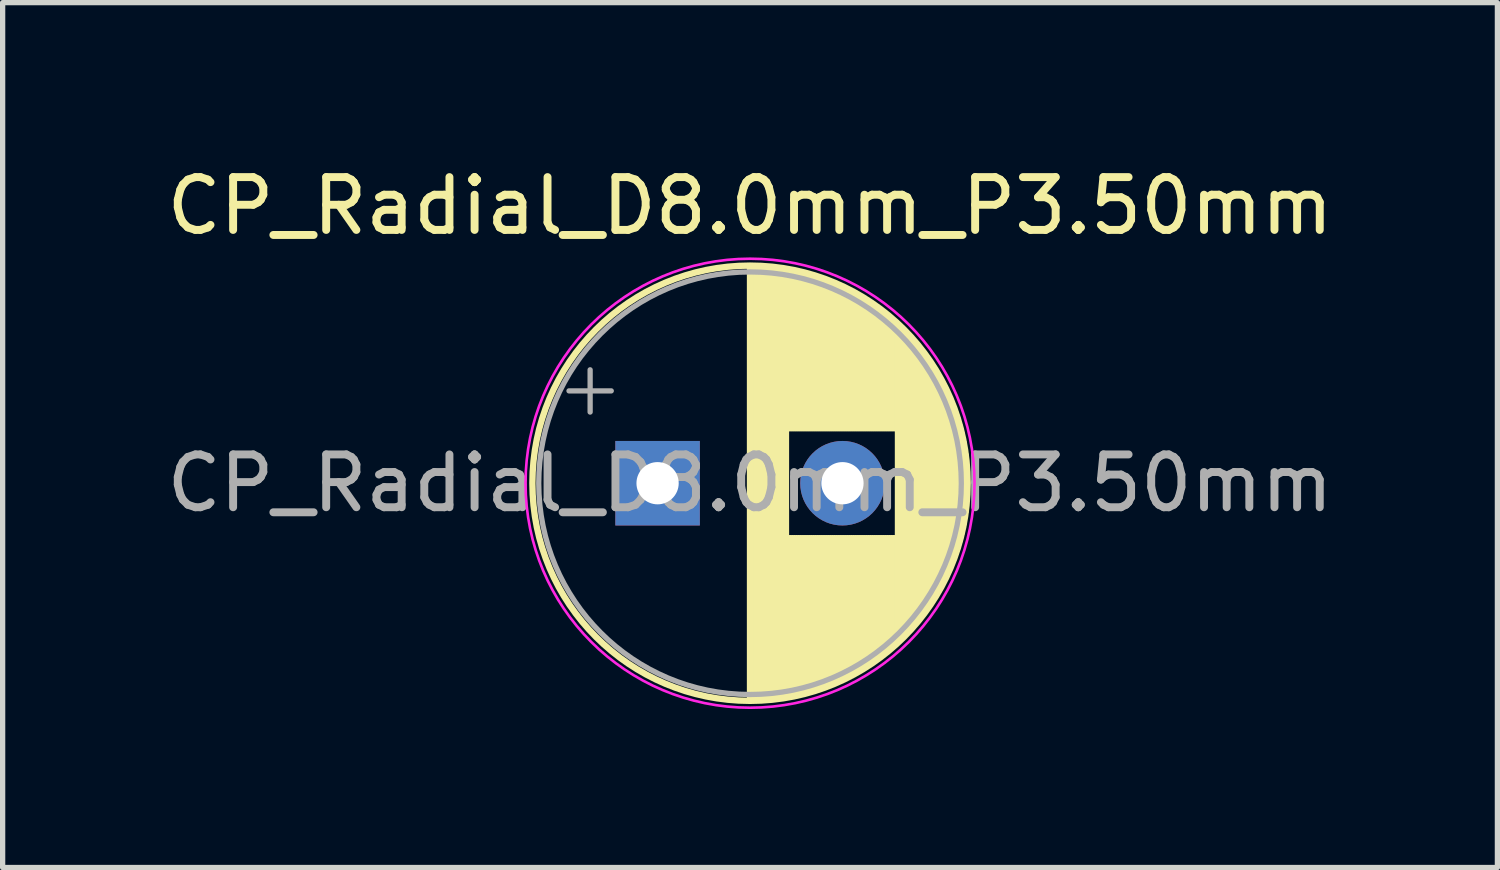
<source format=kicad_pcb>
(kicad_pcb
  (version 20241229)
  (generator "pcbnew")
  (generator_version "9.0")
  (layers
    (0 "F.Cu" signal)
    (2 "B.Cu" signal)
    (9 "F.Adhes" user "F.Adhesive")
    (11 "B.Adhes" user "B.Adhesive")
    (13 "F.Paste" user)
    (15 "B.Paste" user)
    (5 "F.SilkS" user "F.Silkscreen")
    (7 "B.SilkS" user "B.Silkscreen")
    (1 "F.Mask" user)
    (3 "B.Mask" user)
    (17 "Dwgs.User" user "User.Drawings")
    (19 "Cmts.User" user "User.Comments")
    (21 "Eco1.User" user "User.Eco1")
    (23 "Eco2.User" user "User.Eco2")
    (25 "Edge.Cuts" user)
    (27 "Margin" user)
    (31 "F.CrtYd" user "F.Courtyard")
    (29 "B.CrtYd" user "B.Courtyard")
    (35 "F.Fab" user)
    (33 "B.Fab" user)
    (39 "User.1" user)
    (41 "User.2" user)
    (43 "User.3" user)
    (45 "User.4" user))
  (footprint "CP_Radial_D8.0mm_P3.50mm"
    (layer "F.Cu")
    (at 9.399 6.098)
    (property "Reference" "CP_Radial_D8.0mm_P3.50mm" (at 1.75 -5.25 0) (layer "F.SilkS") (effects (font (size 1 1) (thickness 0.15))))
    (attr through_hole)
    (fp_line (start 1.75 -4.08) (end 1.75 4.08) (stroke (width 0.12) (type solid)) (layer "F.SilkS"))
    (fp_line (start 1.79 -4.08) (end 1.79 4.08) (stroke (width 0.12) (type solid)) (layer "F.SilkS"))
    (fp_line (start 1.83 -4.08) (end 1.83 4.08) (stroke (width 0.12) (type solid)) (layer "F.SilkS"))
    (fp_line (start 1.87 -4.079) (end 1.87 4.079) (stroke (width 0.12) (type solid)) (layer "F.SilkS"))
    (fp_line (start 1.91 -4.077) (end 1.91 4.077) (stroke (width 0.12) (type solid)) (layer "F.SilkS"))
    (fp_line (start 1.95 -4.076) (end 1.95 4.076) (stroke (width 0.12) (type solid)) (layer "F.SilkS"))
    (fp_line (start 1.99 -4.074) (end 1.99 4.074) (stroke (width 0.12) (type solid)) (layer "F.SilkS"))
    (fp_line (start 2.03 -4.071) (end 2.03 4.071) (stroke (width 0.12) (type solid)) (layer "F.SilkS"))
    (fp_line (start 2.07 -4.068) (end 2.07 4.068) (stroke (width 0.12) (type solid)) (layer "F.SilkS"))
    (fp_line (start 2.11 -4.065) (end 2.11 4.065) (stroke (width 0.12) (type solid)) (layer "F.SilkS"))
    (fp_line (start 2.15 -4.061) (end 2.15 4.061) (stroke (width 0.12) (type solid)) (layer "F.SilkS"))
    (fp_line (start 2.19 -4.057) (end 2.19 4.057) (stroke (width 0.12) (type solid)) (layer "F.SilkS"))
    (fp_line (start 2.23 -4.052) (end 2.23 4.052) (stroke (width 0.12) (type solid)) (layer "F.SilkS"))
    (fp_line (start 2.27 -4.048) (end 2.27 4.048) (stroke (width 0.12) (type solid)) (layer "F.SilkS"))
    (fp_line (start 2.31 -4.042) (end 2.31 4.042) (stroke (width 0.12) (type solid)) (layer "F.SilkS"))
    (fp_line (start 2.35 -4.037) (end 2.35 4.037) (stroke (width 0.12) (type solid)) (layer "F.SilkS"))
    (fp_line (start 2.39 -4.03) (end 2.39 4.03) (stroke (width 0.12) (type solid)) (layer "F.SilkS"))
    (fp_line (start 2.43 -4.024) (end 2.43 4.024) (stroke (width 0.12) (type solid)) (layer "F.SilkS"))
    (fp_line (start 2.471 -4.017) (end 2.471 -1.04) (stroke (width 0.12) (type solid)) (layer "F.SilkS"))
    (fp_line (start 2.471 1.04) (end 2.471 4.017) (stroke (width 0.12) (type solid)) (layer "F.SilkS"))
    (fp_line (start 2.511 -4.01) (end 2.511 -1.04) (stroke (width 0.12) (type solid)) (layer "F.SilkS"))
    (fp_line (start 2.511 1.04) (end 2.511 4.01) (stroke (width 0.12) (type solid)) (layer "F.SilkS"))
    (fp_line (start 2.551 -4.002) (end 2.551 -1.04) (stroke (width 0.12) (type solid)) (layer "F.SilkS"))
    (fp_line (start 2.551 1.04) (end 2.551 4.002) (stroke (width 0.12) (type solid)) (layer "F.SilkS"))
    (fp_line (start 2.591 -3.994) (end 2.591 -1.04) (stroke (width 0.12) (type solid)) (layer "F.SilkS"))
    (fp_line (start 2.591 1.04) (end 2.591 3.994) (stroke (width 0.12) (type solid)) (layer "F.SilkS"))
    (fp_line (start 2.631 -3.985) (end 2.631 -1.04) (stroke (width 0.12) (type solid)) (layer "F.SilkS"))
    (fp_line (start 2.631 1.04) (end 2.631 3.985) (stroke (width 0.12) (type solid)) (layer "F.SilkS"))
    (fp_line (start 2.671 -3.976) (end 2.671 -1.04) (stroke (width 0.12) (type solid)) (layer "F.SilkS"))
    (fp_line (start 2.671 1.04) (end 2.671 3.976) (stroke (width 0.12) (type solid)) (layer "F.SilkS"))
    (fp_line (start 2.711 -3.967) (end 2.711 -1.04) (stroke (width 0.12) (type solid)) (layer "F.SilkS"))
    (fp_line (start 2.711 1.04) (end 2.711 3.967) (stroke (width 0.12) (type solid)) (layer "F.SilkS"))
    (fp_line (start 2.751 -3.957) (end 2.751 -1.04) (stroke (width 0.12) (type solid)) (layer "F.SilkS"))
    (fp_line (start 2.751 1.04) (end 2.751 3.957) (stroke (width 0.12) (type solid)) (layer "F.SilkS"))
    (fp_line (start 2.791 -3.947) (end 2.791 -1.04) (stroke (width 0.12) (type solid)) (layer "F.SilkS"))
    (fp_line (start 2.791 1.04) (end 2.791 3.947) (stroke (width 0.12) (type solid)) (layer "F.SilkS"))
    (fp_line (start 2.831 -3.936) (end 2.831 -1.04) (stroke (width 0.12) (type solid)) (layer "F.SilkS"))
    (fp_line (start 2.831 1.04) (end 2.831 3.936) (stroke (width 0.12) (type solid)) (layer "F.SilkS"))
    (fp_line (start 2.871 -3.925) (end 2.871 -1.04) (stroke (width 0.12) (type solid)) (layer "F.SilkS"))
    (fp_line (start 2.871 1.04) (end 2.871 3.925) (stroke (width 0.12) (type solid)) (layer "F.SilkS"))
    (fp_line (start 2.911 -3.914) (end 2.911 -1.04) (stroke (width 0.12) (type solid)) (layer "F.SilkS"))
    (fp_line (start 2.911 1.04) (end 2.911 3.914) (stroke (width 0.12) (type solid)) (layer "F.SilkS"))
    (fp_line (start 2.951 -3.902) (end 2.951 -1.04) (stroke (width 0.12) (type solid)) (layer "F.SilkS"))
    (fp_line (start 2.951 1.04) (end 2.951 3.902) (stroke (width 0.12) (type solid)) (layer "F.SilkS"))
    (fp_line (start 2.991 -3.889) (end 2.991 -1.04) (stroke (width 0.12) (type solid)) (layer "F.SilkS"))
    (fp_line (start 2.991 1.04) (end 2.991 3.889) (stroke (width 0.12) (type solid)) (layer "F.SilkS"))
    (fp_line (start 3.031 -3.877) (end 3.031 -1.04) (stroke (width 0.12) (type solid)) (layer "F.SilkS"))
    (fp_line (start 3.031 1.04) (end 3.031 3.877) (stroke (width 0.12) (type solid)) (layer "F.SilkS"))
    (fp_line (start 3.071 -3.863) (end 3.071 -1.04) (stroke (width 0.12) (type solid)) (layer "F.SilkS"))
    (fp_line (start 3.071 1.04) (end 3.071 3.863) (stroke (width 0.12) (type solid)) (layer "F.SilkS"))
    (fp_line (start 3.111 -3.85) (end 3.111 -1.04) (stroke (width 0.12) (type solid)) (layer "F.SilkS"))
    (fp_line (start 3.111 1.04) (end 3.111 3.85) (stroke (width 0.12) (type solid)) (layer "F.SilkS"))
    (fp_line (start 3.151 -3.835) (end 3.151 -1.04) (stroke (width 0.12) (type solid)) (layer "F.SilkS"))
    (fp_line (start 3.151 1.04) (end 3.151 3.835) (stroke (width 0.12) (type solid)) (layer "F.SilkS"))
    (fp_line (start 3.191 -3.821) (end 3.191 -1.04) (stroke (width 0.12) (type solid)) (layer "F.SilkS"))
    (fp_line (start 3.191 1.04) (end 3.191 3.821) (stroke (width 0.12) (type solid)) (layer "F.SilkS"))
    (fp_line (start 3.231 -3.805) (end 3.231 -1.04) (stroke (width 0.12) (type solid)) (layer "F.SilkS"))
    (fp_line (start 3.231 1.04) (end 3.231 3.805) (stroke (width 0.12) (type solid)) (layer "F.SilkS"))
    (fp_line (start 3.271 -3.79) (end 3.271 -1.04) (stroke (width 0.12) (type solid)) (layer "F.SilkS"))
    (fp_line (start 3.271 1.04) (end 3.271 3.79) (stroke (width 0.12) (type solid)) (layer "F.SilkS"))
    (fp_line (start 3.311 -3.774) (end 3.311 -1.04) (stroke (width 0.12) (type solid)) (layer "F.SilkS"))
    (fp_line (start 3.311 1.04) (end 3.311 3.774) (stroke (width 0.12) (type solid)) (layer "F.SilkS"))
    (fp_line (start 3.351 -3.757) (end 3.351 -1.04) (stroke (width 0.12) (type solid)) (layer "F.SilkS"))
    (fp_line (start 3.351 1.04) (end 3.351 3.757) (stroke (width 0.12) (type solid)) (layer "F.SilkS"))
    (fp_line (start 3.391 -3.74) (end 3.391 -1.04) (stroke (width 0.12) (type solid)) (layer "F.SilkS"))
    (fp_line (start 3.391 1.04) (end 3.391 3.74) (stroke (width 0.12) (type solid)) (layer "F.SilkS"))
    (fp_line (start 3.431 -3.722) (end 3.431 -1.04) (stroke (width 0.12) (type solid)) (layer "F.SilkS"))
    (fp_line (start 3.431 1.04) (end 3.431 3.722) (stroke (width 0.12) (type solid)) (layer "F.SilkS"))
    (fp_line (start 3.471 -3.704) (end 3.471 -1.04) (stroke (width 0.12) (type solid)) (layer "F.SilkS"))
    (fp_line (start 3.471 1.04) (end 3.471 3.704) (stroke (width 0.12) (type solid)) (layer "F.SilkS"))
    (fp_line (start 3.511 -3.686) (end 3.511 -1.04) (stroke (width 0.12) (type solid)) (layer "F.SilkS"))
    (fp_line (start 3.511 1.04) (end 3.511 3.686) (stroke (width 0.12) (type solid)) (layer "F.SilkS"))
    (fp_line (start 3.551 -3.666) (end 3.551 -1.04) (stroke (width 0.12) (type solid)) (layer "F.SilkS"))
    (fp_line (start 3.551 1.04) (end 3.551 3.666) (stroke (width 0.12) (type solid)) (layer "F.SilkS"))
    (fp_line (start 3.591 -3.647) (end 3.591 -1.04) (stroke (width 0.12) (type solid)) (layer "F.SilkS"))
    (fp_line (start 3.591 1.04) (end 3.591 3.647) (stroke (width 0.12) (type solid)) (layer "F.SilkS"))
    (fp_line (start 3.631 -3.627) (end 3.631 -1.04) (stroke (width 0.12) (type solid)) (layer "F.SilkS"))
    (fp_line (start 3.631 1.04) (end 3.631 3.627) (stroke (width 0.12) (type solid)) (layer "F.SilkS"))
    (fp_line (start 3.671 -3.606) (end 3.671 -1.04) (stroke (width 0.12) (type solid)) (layer "F.SilkS"))
    (fp_line (start 3.671 1.04) (end 3.671 3.606) (stroke (width 0.12) (type solid)) (layer "F.SilkS"))
    (fp_line (start 3.711 -3.584) (end 3.711 -1.04) (stroke (width 0.12) (type solid)) (layer "F.SilkS"))
    (fp_line (start 3.711 1.04) (end 3.711 3.584) (stroke (width 0.12) (type solid)) (layer "F.SilkS"))
    (fp_line (start 3.751 -3.562) (end 3.751 -1.04) (stroke (width 0.12) (type solid)) (layer "F.SilkS"))
    (fp_line (start 3.751 1.04) (end 3.751 3.562) (stroke (width 0.12) (type solid)) (layer "F.SilkS"))
    (fp_line (start 3.791 -3.54) (end 3.791 -1.04) (stroke (width 0.12) (type solid)) (layer "F.SilkS"))
    (fp_line (start 3.791 1.04) (end 3.791 3.54) (stroke (width 0.12) (type solid)) (layer "F.SilkS"))
    (fp_line (start 3.831 -3.517) (end 3.831 -1.04) (stroke (width 0.12) (type solid)) (layer "F.SilkS"))
    (fp_line (start 3.831 1.04) (end 3.831 3.517) (stroke (width 0.12) (type solid)) (layer "F.SilkS"))
    (fp_line (start 3.871 -3.493) (end 3.871 -1.04) (stroke (width 0.12) (type solid)) (layer "F.SilkS"))
    (fp_line (start 3.871 1.04) (end 3.871 3.493) (stroke (width 0.12) (type solid)) (layer "F.SilkS"))
    (fp_line (start 3.911 -3.469) (end 3.911 -1.04) (stroke (width 0.12) (type solid)) (layer "F.SilkS"))
    (fp_line (start 3.911 1.04) (end 3.911 3.469) (stroke (width 0.12) (type solid)) (layer "F.SilkS"))
    (fp_line (start 3.951 -3.444) (end 3.951 -1.04) (stroke (width 0.12) (type solid)) (layer "F.SilkS"))
    (fp_line (start 3.951 1.04) (end 3.951 3.444) (stroke (width 0.12) (type solid)) (layer "F.SilkS"))
    (fp_line (start 3.991 -3.418) (end 3.991 -1.04) (stroke (width 0.12) (type solid)) (layer "F.SilkS"))
    (fp_line (start 3.991 1.04) (end 3.991 3.418) (stroke (width 0.12) (type solid)) (layer "F.SilkS"))
    (fp_line (start 4.031 -3.392) (end 4.031 -1.04) (stroke (width 0.12) (type solid)) (layer "F.SilkS"))
    (fp_line (start 4.031 1.04) (end 4.031 3.392) (stroke (width 0.12) (type solid)) (layer "F.SilkS"))
    (fp_line (start 4.071 -3.365) (end 4.071 -1.04) (stroke (width 0.12) (type solid)) (layer "F.SilkS"))
    (fp_line (start 4.071 1.04) (end 4.071 3.365) (stroke (width 0.12) (type solid)) (layer "F.SilkS"))
    (fp_line (start 4.111 -3.338) (end 4.111 -1.04) (stroke (width 0.12) (type solid)) (layer "F.SilkS"))
    (fp_line (start 4.111 1.04) (end 4.111 3.338) (stroke (width 0.12) (type solid)) (layer "F.SilkS"))
    (fp_line (start 4.151 -3.309) (end 4.151 -1.04) (stroke (width 0.12) (type solid)) (layer "F.SilkS"))
    (fp_line (start 4.151 1.04) (end 4.151 3.309) (stroke (width 0.12) (type solid)) (layer "F.SilkS"))
    (fp_line (start 4.191 -3.28) (end 4.191 -1.04) (stroke (width 0.12) (type solid)) (layer "F.SilkS"))
    (fp_line (start 4.191 1.04) (end 4.191 3.28) (stroke (width 0.12) (type solid)) (layer "F.SilkS"))
    (fp_line (start 4.231 -3.25) (end 4.231 -1.04) (stroke (width 0.12) (type solid)) (layer "F.SilkS"))
    (fp_line (start 4.231 1.04) (end 4.231 3.25) (stroke (width 0.12) (type solid)) (layer "F.SilkS"))
    (fp_line (start 4.271 -3.22) (end 4.271 -1.04) (stroke (width 0.12) (type solid)) (layer "F.SilkS"))
    (fp_line (start 4.271 1.04) (end 4.271 3.22) (stroke (width 0.12) (type solid)) (layer "F.SilkS"))
    (fp_line (start 4.311 -3.189) (end 4.311 -1.04) (stroke (width 0.12) (type solid)) (layer "F.SilkS"))
    (fp_line (start 4.311 1.04) (end 4.311 3.189) (stroke (width 0.12) (type solid)) (layer "F.SilkS"))
    (fp_line (start 4.351 -3.156) (end 4.351 -1.04) (stroke (width 0.12) (type solid)) (layer "F.SilkS"))
    (fp_line (start 4.351 1.04) (end 4.351 3.156) (stroke (width 0.12) (type solid)) (layer "F.SilkS"))
    (fp_line (start 4.391 -3.124) (end 4.391 -1.04) (stroke (width 0.12) (type solid)) (layer "F.SilkS"))
    (fp_line (start 4.391 1.04) (end 4.391 3.124) (stroke (width 0.12) (type solid)) (layer "F.SilkS"))
    (fp_line (start 4.431 -3.09) (end 4.431 -1.04) (stroke (width 0.12) (type solid)) (layer "F.SilkS"))
    (fp_line (start 4.431 1.04) (end 4.431 3.09) (stroke (width 0.12) (type solid)) (layer "F.SilkS"))
    (fp_line (start 4.471 -3.055) (end 4.471 -1.04) (stroke (width 0.12) (type solid)) (layer "F.SilkS"))
    (fp_line (start 4.471 1.04) (end 4.471 3.055) (stroke (width 0.12) (type solid)) (layer "F.SilkS"))
    (fp_line (start 4.511 -3.019) (end 4.511 -1.04) (stroke (width 0.12) (type solid)) (layer "F.SilkS"))
    (fp_line (start 4.511 1.04) (end 4.511 3.019) (stroke (width 0.12) (type solid)) (layer "F.SilkS"))
    (fp_line (start 4.551 -2.983) (end 4.551 2.983) (stroke (width 0.12) (type solid)) (layer "F.SilkS"))
    (fp_line (start 4.591 -2.945) (end 4.591 2.945) (stroke (width 0.12) (type solid)) (layer "F.SilkS"))
    (fp_line (start 4.631 -2.907) (end 4.631 2.907) (stroke (width 0.12) (type solid)) (layer "F.SilkS"))
    (fp_line (start 4.671 -2.867) (end 4.671 2.867) (stroke (width 0.12) (type solid)) (layer "F.SilkS"))
    (fp_line (start 4.711 -2.826) (end 4.711 2.826) (stroke (width 0.12) (type solid)) (layer "F.SilkS"))
    (fp_line (start 4.751 -2.784) (end 4.751 2.784) (stroke (width 0.12) (type solid)) (layer "F.SilkS"))
    (fp_line (start 4.791 -2.741) (end 4.791 2.741) (stroke (width 0.12) (type solid)) (layer "F.SilkS"))
    (fp_line (start 4.831 -2.697) (end 4.831 2.697) (stroke (width 0.12) (type solid)) (layer "F.SilkS"))
    (fp_line (start 4.871 -2.651) (end 4.871 2.651) (stroke (width 0.12) (type solid)) (layer "F.SilkS"))
    (fp_line (start 4.911 -2.604) (end 4.911 2.604) (stroke (width 0.12) (type solid)) (layer "F.SilkS"))
    (fp_line (start 4.951 -2.556) (end 4.951 2.556) (stroke (width 0.12) (type solid)) (layer "F.SilkS"))
    (fp_line (start 4.991 -2.505) (end 4.991 2.505) (stroke (width 0.12) (type solid)) (layer "F.SilkS"))
    (fp_line (start 5.031 -2.454) (end 5.031 2.454) (stroke (width 0.12) (type solid)) (layer "F.SilkS"))
    (fp_line (start 5.071 -2.4) (end 5.071 2.4) (stroke (width 0.12) (type solid)) (layer "F.SilkS"))
    (fp_line (start 5.111 -2.345) (end 5.111 2.345) (stroke (width 0.12) (type solid)) (layer "F.SilkS"))
    (fp_line (start 5.151 -2.287) (end 5.151 2.287) (stroke (width 0.12) (type solid)) (layer "F.SilkS"))
    (fp_line (start 5.191 -2.228) (end 5.191 2.228) (stroke (width 0.12) (type solid)) (layer "F.SilkS"))
    (fp_line (start 5.231 -2.166) (end 5.231 2.166) (stroke (width 0.12) (type solid)) (layer "F.SilkS"))
    (fp_line (start 5.271 -2.102) (end 5.271 2.102) (stroke (width 0.12) (type solid)) (layer "F.SilkS"))
    (fp_line (start 5.311 -2.034) (end 5.311 2.034) (stroke (width 0.12) (type solid)) (layer "F.SilkS"))
    (fp_line (start 5.351 -1.964) (end 5.351 1.964) (stroke (width 0.12) (type solid)) (layer "F.SilkS"))
    (fp_line (start 5.391 -1.89) (end 5.391 1.89) (stroke (width 0.12) (type solid)) (layer "F.SilkS"))
    (fp_line (start 5.431 -1.813) (end 5.431 1.813) (stroke (width 0.12) (type solid)) (layer "F.SilkS"))
    (fp_line (start 5.471 -1.731) (end 5.471 1.731) (stroke (width 0.12) (type solid)) (layer "F.SilkS"))
    (fp_line (start 5.511 -1.645) (end 5.511 1.645) (stroke (width 0.12) (type solid)) (layer "F.SilkS"))
    (fp_line (start 5.551 -1.552) (end 5.551 1.552) (stroke (width 0.12) (type solid)) (layer "F.SilkS"))
    (fp_line (start 5.591 -1.453) (end 5.591 1.453) (stroke (width 0.12) (type solid)) (layer "F.SilkS"))
    (fp_line (start 5.631 -1.346) (end 5.631 1.346) (stroke (width 0.12) (type solid)) (layer "F.SilkS"))
    (fp_line (start 5.671 -1.229) (end 5.671 1.229) (stroke (width 0.12) (type solid)) (layer "F.SilkS"))
    (fp_line (start 5.711 -1.098) (end 5.711 1.098) (stroke (width 0.12) (type solid)) (layer "F.SilkS"))
    (fp_line (start 5.751 -0.948) (end 5.751 0.948) (stroke (width 0.12) (type solid)) (layer "F.SilkS"))
    (fp_line (start 5.791 -0.768) (end 5.791 0.768) (stroke (width 0.12) (type solid)) (layer "F.SilkS"))
    (fp_line (start 5.831 -0.533) (end 5.831 0.533) (stroke (width 0.12) (type solid)) (layer "F.SilkS"))
    (fp_circle (center 1.75 0) (end 5.87 0) (stroke (width 0.12) (type solid)) (fill no) (layer "F.SilkS"))
    (fp_circle (center 1.75 0) (end 6 0) (stroke (width 0.05) (type solid)) (fill no) (layer "F.CrtYd"))
    (fp_line (start -1.677 -1.748) (end -0.877 -1.748) (stroke (width 0.1) (type solid)) (layer "F.Fab"))
    (fp_line (start -1.277 -2.147) (end -1.277 -1.347) (stroke (width 0.1) (type solid)) (layer "F.Fab"))
    (fp_circle (center 1.75 0) (end 5.75 0) (stroke (width 0.1) (type solid)) (fill no) (layer "F.Fab"))
    (fp_text user "${REFERENCE}" (at 1.75 0 0) (layer "F.Fab") (effects (font (size 1 1) (thickness 0.15))))
    (pad "1" thru_hole rect (at 0 0) (size 1.6 1.6) (drill 0.8) (layers "*.Cu" "*.Mask"))
    (pad "2" thru_hole circle (at 3.5 0) (size 1.6 1.6) (drill 0.8) (layers "*.Cu" "*.Mask")))
  (gr_rect
    (start -3 -3)
    (end 25.298 13.373)
    (stroke (width 0.1) (type default))
    (fill no)
    (layer "Edge.Cuts")))
</source>
